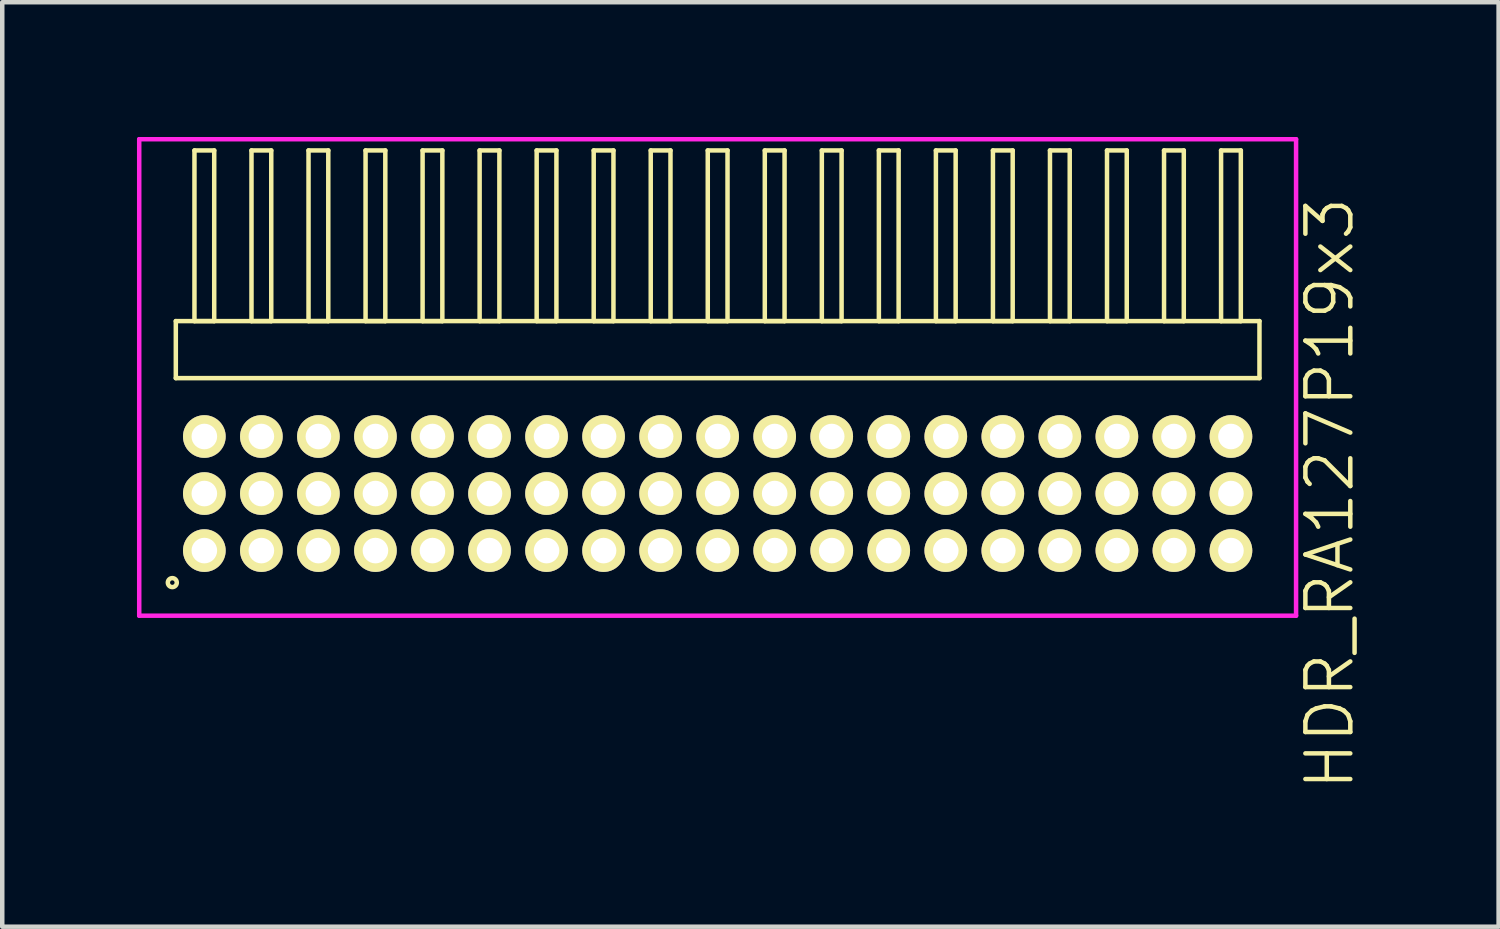
<source format=kicad_pcb>
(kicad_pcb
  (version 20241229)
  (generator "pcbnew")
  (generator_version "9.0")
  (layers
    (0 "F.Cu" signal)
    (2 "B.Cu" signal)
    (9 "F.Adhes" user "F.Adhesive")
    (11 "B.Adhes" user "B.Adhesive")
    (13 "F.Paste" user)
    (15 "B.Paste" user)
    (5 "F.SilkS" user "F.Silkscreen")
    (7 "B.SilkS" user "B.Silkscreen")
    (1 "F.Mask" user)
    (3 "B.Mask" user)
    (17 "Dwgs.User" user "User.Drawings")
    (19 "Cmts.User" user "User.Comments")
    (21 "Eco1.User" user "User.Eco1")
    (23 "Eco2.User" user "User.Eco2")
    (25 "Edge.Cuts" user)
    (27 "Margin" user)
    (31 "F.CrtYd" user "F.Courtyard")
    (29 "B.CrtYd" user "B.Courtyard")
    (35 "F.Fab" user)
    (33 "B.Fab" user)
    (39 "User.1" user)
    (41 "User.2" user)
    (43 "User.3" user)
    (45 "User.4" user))
  (footprint "HDR_RA127P19x3"
    (layer "F.Cu")
    (at 12.93 7.94)
    (property "Reference" "HDR_RA127P19x3" (at 13.63 0 90) (layer "F.SilkS") (effects (font (size 1 1) (thickness 0.1))))
    (attr through_hole)
    (fp_line (start -12.065 -3.84) (end -12.065 -2.57) (stroke (width 0.1) (type solid)) (layer "F.SilkS"))
    (fp_line (start -12.065 -2.57) (end 12.065 -2.57) (stroke (width 0.1) (type solid)) (layer "F.SilkS"))
    (fp_line (start -11.65 -7.64) (end -11.65 -3.84) (stroke (width 0.1) (type solid)) (layer "F.SilkS"))
    (fp_line (start -11.65 -3.84) (end -11.21 -3.84) (stroke (width 0.1) (type solid)) (layer "F.SilkS"))
    (fp_line (start -11.21 -7.64) (end -11.65 -7.64) (stroke (width 0.1) (type solid)) (layer "F.SilkS"))
    (fp_line (start -11.21 -3.84) (end -11.21 -7.64) (stroke (width 0.1) (type solid)) (layer "F.SilkS"))
    (fp_line (start -10.38 -7.64) (end -10.38 -3.84) (stroke (width 0.1) (type solid)) (layer "F.SilkS"))
    (fp_line (start -10.38 -3.84) (end -9.94 -3.84) (stroke (width 0.1) (type solid)) (layer "F.SilkS"))
    (fp_line (start -9.94 -7.64) (end -10.38 -7.64) (stroke (width 0.1) (type solid)) (layer "F.SilkS"))
    (fp_line (start -9.94 -3.84) (end -9.94 -7.64) (stroke (width 0.1) (type solid)) (layer "F.SilkS"))
    (fp_line (start -9.11 -7.64) (end -9.11 -3.84) (stroke (width 0.1) (type solid)) (layer "F.SilkS"))
    (fp_line (start -9.11 -3.84) (end -8.67 -3.84) (stroke (width 0.1) (type solid)) (layer "F.SilkS"))
    (fp_line (start -8.67 -7.64) (end -9.11 -7.64) (stroke (width 0.1) (type solid)) (layer "F.SilkS"))
    (fp_line (start -8.67 -3.84) (end -8.67 -7.64) (stroke (width 0.1) (type solid)) (layer "F.SilkS"))
    (fp_line (start -7.84 -7.64) (end -7.84 -3.84) (stroke (width 0.1) (type solid)) (layer "F.SilkS"))
    (fp_line (start -7.84 -3.84) (end -7.4 -3.84) (stroke (width 0.1) (type solid)) (layer "F.SilkS"))
    (fp_line (start -7.4 -7.64) (end -7.84 -7.64) (stroke (width 0.1) (type solid)) (layer "F.SilkS"))
    (fp_line (start -7.4 -3.84) (end -7.4 -7.64) (stroke (width 0.1) (type solid)) (layer "F.SilkS"))
    (fp_line (start -6.57 -7.64) (end -6.57 -3.84) (stroke (width 0.1) (type solid)) (layer "F.SilkS"))
    (fp_line (start -6.57 -3.84) (end -6.13 -3.84) (stroke (width 0.1) (type solid)) (layer "F.SilkS"))
    (fp_line (start -6.13 -7.64) (end -6.57 -7.64) (stroke (width 0.1) (type solid)) (layer "F.SilkS"))
    (fp_line (start -6.13 -3.84) (end -6.13 -7.64) (stroke (width 0.1) (type solid)) (layer "F.SilkS"))
    (fp_line (start -5.3 -7.64) (end -5.3 -3.84) (stroke (width 0.1) (type solid)) (layer "F.SilkS"))
    (fp_line (start -5.3 -3.84) (end -4.86 -3.84) (stroke (width 0.1) (type solid)) (layer "F.SilkS"))
    (fp_line (start -4.86 -7.64) (end -5.3 -7.64) (stroke (width 0.1) (type solid)) (layer "F.SilkS"))
    (fp_line (start -4.86 -3.84) (end -4.86 -7.64) (stroke (width 0.1) (type solid)) (layer "F.SilkS"))
    (fp_line (start -4.03 -7.64) (end -4.03 -3.84) (stroke (width 0.1) (type solid)) (layer "F.SilkS"))
    (fp_line (start -4.03 -3.84) (end -3.59 -3.84) (stroke (width 0.1) (type solid)) (layer "F.SilkS"))
    (fp_line (start -3.59 -7.64) (end -4.03 -7.64) (stroke (width 0.1) (type solid)) (layer "F.SilkS"))
    (fp_line (start -3.59 -3.84) (end -3.59 -7.64) (stroke (width 0.1) (type solid)) (layer "F.SilkS"))
    (fp_line (start -2.76 -7.64) (end -2.76 -3.84) (stroke (width 0.1) (type solid)) (layer "F.SilkS"))
    (fp_line (start -2.76 -3.84) (end -2.32 -3.84) (stroke (width 0.1) (type solid)) (layer "F.SilkS"))
    (fp_line (start -2.32 -7.64) (end -2.76 -7.64) (stroke (width 0.1) (type solid)) (layer "F.SilkS"))
    (fp_line (start -2.32 -3.84) (end -2.32 -7.64) (stroke (width 0.1) (type solid)) (layer "F.SilkS"))
    (fp_line (start -1.49 -7.64) (end -1.49 -3.84) (stroke (width 0.1) (type solid)) (layer "F.SilkS"))
    (fp_line (start -1.49 -3.84) (end -1.05 -3.84) (stroke (width 0.1) (type solid)) (layer "F.SilkS"))
    (fp_line (start -1.05 -7.64) (end -1.49 -7.64) (stroke (width 0.1) (type solid)) (layer "F.SilkS"))
    (fp_line (start -1.05 -3.84) (end -1.05 -7.64) (stroke (width 0.1) (type solid)) (layer "F.SilkS"))
    (fp_line (start -0.22 -7.64) (end -0.22 -3.84) (stroke (width 0.1) (type solid)) (layer "F.SilkS"))
    (fp_line (start -0.22 -3.84) (end 0.22 -3.84) (stroke (width 0.1) (type solid)) (layer "F.SilkS"))
    (fp_line (start 0.22 -7.64) (end -0.22 -7.64) (stroke (width 0.1) (type solid)) (layer "F.SilkS"))
    (fp_line (start 0.22 -3.84) (end 0.22 -7.64) (stroke (width 0.1) (type solid)) (layer "F.SilkS"))
    (fp_line (start 1.05 -7.64) (end 1.05 -3.84) (stroke (width 0.1) (type solid)) (layer "F.SilkS"))
    (fp_line (start 1.05 -3.84) (end 1.49 -3.84) (stroke (width 0.1) (type solid)) (layer "F.SilkS"))
    (fp_line (start 1.49 -7.64) (end 1.05 -7.64) (stroke (width 0.1) (type solid)) (layer "F.SilkS"))
    (fp_line (start 1.49 -3.84) (end 1.49 -7.64) (stroke (width 0.1) (type solid)) (layer "F.SilkS"))
    (fp_line (start 2.32 -7.64) (end 2.32 -3.84) (stroke (width 0.1) (type solid)) (layer "F.SilkS"))
    (fp_line (start 2.32 -3.84) (end 2.76 -3.84) (stroke (width 0.1) (type solid)) (layer "F.SilkS"))
    (fp_line (start 2.76 -7.64) (end 2.32 -7.64) (stroke (width 0.1) (type solid)) (layer "F.SilkS"))
    (fp_line (start 2.76 -3.84) (end 2.76 -7.64) (stroke (width 0.1) (type solid)) (layer "F.SilkS"))
    (fp_line (start 3.59 -7.64) (end 3.59 -3.84) (stroke (width 0.1) (type solid)) (layer "F.SilkS"))
    (fp_line (start 3.59 -3.84) (end 4.03 -3.84) (stroke (width 0.1) (type solid)) (layer "F.SilkS"))
    (fp_line (start 4.03 -7.64) (end 3.59 -7.64) (stroke (width 0.1) (type solid)) (layer "F.SilkS"))
    (fp_line (start 4.03 -3.84) (end 4.03 -7.64) (stroke (width 0.1) (type solid)) (layer "F.SilkS"))
    (fp_line (start 4.86 -7.64) (end 4.86 -3.84) (stroke (width 0.1) (type solid)) (layer "F.SilkS"))
    (fp_line (start 4.86 -3.84) (end 5.3 -3.84) (stroke (width 0.1) (type solid)) (layer "F.SilkS"))
    (fp_line (start 5.3 -7.64) (end 4.86 -7.64) (stroke (width 0.1) (type solid)) (layer "F.SilkS"))
    (fp_line (start 5.3 -3.84) (end 5.3 -7.64) (stroke (width 0.1) (type solid)) (layer "F.SilkS"))
    (fp_line (start 6.13 -7.64) (end 6.13 -3.84) (stroke (width 0.1) (type solid)) (layer "F.SilkS"))
    (fp_line (start 6.13 -3.84) (end 6.57 -3.84) (stroke (width 0.1) (type solid)) (layer "F.SilkS"))
    (fp_line (start 6.57 -7.64) (end 6.13 -7.64) (stroke (width 0.1) (type solid)) (layer "F.SilkS"))
    (fp_line (start 6.57 -3.84) (end 6.57 -7.64) (stroke (width 0.1) (type solid)) (layer "F.SilkS"))
    (fp_line (start 7.4 -7.64) (end 7.4 -3.84) (stroke (width 0.1) (type solid)) (layer "F.SilkS"))
    (fp_line (start 7.4 -3.84) (end 7.84 -3.84) (stroke (width 0.1) (type solid)) (layer "F.SilkS"))
    (fp_line (start 7.84 -7.64) (end 7.4 -7.64) (stroke (width 0.1) (type solid)) (layer "F.SilkS"))
    (fp_line (start 7.84 -3.84) (end 7.84 -7.64) (stroke (width 0.1) (type solid)) (layer "F.SilkS"))
    (fp_line (start 8.67 -7.64) (end 8.67 -3.84) (stroke (width 0.1) (type solid)) (layer "F.SilkS"))
    (fp_line (start 8.67 -3.84) (end 9.11 -3.84) (stroke (width 0.1) (type solid)) (layer "F.SilkS"))
    (fp_line (start 9.11 -7.64) (end 8.67 -7.64) (stroke (width 0.1) (type solid)) (layer "F.SilkS"))
    (fp_line (start 9.11 -3.84) (end 9.11 -7.64) (stroke (width 0.1) (type solid)) (layer "F.SilkS"))
    (fp_line (start 9.94 -7.64) (end 9.94 -3.84) (stroke (width 0.1) (type solid)) (layer "F.SilkS"))
    (fp_line (start 9.94 -3.84) (end 10.38 -3.84) (stroke (width 0.1) (type solid)) (layer "F.SilkS"))
    (fp_line (start 10.38 -7.64) (end 9.94 -7.64) (stroke (width 0.1) (type solid)) (layer "F.SilkS"))
    (fp_line (start 10.38 -3.84) (end 10.38 -7.64) (stroke (width 0.1) (type solid)) (layer "F.SilkS"))
    (fp_line (start 11.21 -7.64) (end 11.21 -3.84) (stroke (width 0.1) (type solid)) (layer "F.SilkS"))
    (fp_line (start 11.21 -3.84) (end 11.65 -3.84) (stroke (width 0.1) (type solid)) (layer "F.SilkS"))
    (fp_line (start 11.65 -7.64) (end 11.21 -7.64) (stroke (width 0.1) (type solid)) (layer "F.SilkS"))
    (fp_line (start 11.65 -3.84) (end 11.65 -7.64) (stroke (width 0.1) (type solid)) (layer "F.SilkS"))
    (fp_line (start 12.065 -3.84) (end -12.065 -3.84) (stroke (width 0.1) (type solid)) (layer "F.SilkS"))
    (fp_line (start 12.065 -2.57) (end 12.065 -3.84) (stroke (width 0.1) (type solid)) (layer "F.SilkS"))
    (fp_circle (center -12.143 1.983) (end -12.043 1.983) (stroke (width 0.1) (type solid)) (fill no) (layer "F.SilkS"))
    (fp_line (start -12.88 -7.89) (end -12.88 2.72) (stroke (width 0.1) (type solid)) (layer "F.CrtYd"))
    (fp_line (start -12.88 2.72) (end 12.88 2.72) (stroke (width 0.1) (type solid)) (layer "F.CrtYd"))
    (fp_line (start 12.88 -7.89) (end -12.88 -7.89) (stroke (width 0.1) (type solid)) (layer "F.CrtYd"))
    (fp_line (start 12.88 2.72) (end 12.88 -7.89) (stroke (width 0.1) (type solid)) (layer "F.CrtYd"))
    (pad "1" thru_hole oval (at -11.43 1.27) (size 0.95 0.95) (drill 0.57) (layers "*.Cu" "*.Mask" "F.SilkS"))
    (pad "2" thru_hole oval (at -11.43 0) (size 0.95 0.95) (drill 0.57) (layers "*.Cu" "*.Mask" "F.SilkS"))
    (pad "3" thru_hole oval (at -11.43 -1.27) (size 0.95 0.95) (drill 0.57) (layers "*.Cu" "*.Mask" "F.SilkS"))
    (pad "4" thru_hole oval (at -10.16 1.27) (size 0.95 0.95) (drill 0.57) (layers "*.Cu" "*.Mask" "F.SilkS"))
    (pad "5" thru_hole oval (at -10.16 0) (size 0.95 0.95) (drill 0.57) (layers "*.Cu" "*.Mask" "F.SilkS"))
    (pad "6" thru_hole oval (at -10.16 -1.27) (size 0.95 0.95) (drill 0.57) (layers "*.Cu" "*.Mask" "F.SilkS"))
    (pad "7" thru_hole oval (at -8.89 1.27) (size 0.95 0.95) (drill 0.57) (layers "*.Cu" "*.Mask" "F.SilkS"))
    (pad "8" thru_hole oval (at -8.89 0) (size 0.95 0.95) (drill 0.57) (layers "*.Cu" "*.Mask" "F.SilkS"))
    (pad "9" thru_hole oval (at -8.89 -1.27) (size 0.95 0.95) (drill 0.57) (layers "*.Cu" "*.Mask" "F.SilkS"))
    (pad "10" thru_hole oval (at -7.62 1.27) (size 0.95 0.95) (drill 0.57) (layers "*.Cu" "*.Mask" "F.SilkS"))
    (pad "11" thru_hole oval (at -7.62 0) (size 0.95 0.95) (drill 0.57) (layers "*.Cu" "*.Mask" "F.SilkS"))
    (pad "12" thru_hole oval (at -7.62 -1.27) (size 0.95 0.95) (drill 0.57) (layers "*.Cu" "*.Mask" "F.SilkS"))
    (pad "13" thru_hole oval (at -6.35 1.27) (size 0.95 0.95) (drill 0.57) (layers "*.Cu" "*.Mask" "F.SilkS"))
    (pad "14" thru_hole oval (at -6.35 0) (size 0.95 0.95) (drill 0.57) (layers "*.Cu" "*.Mask" "F.SilkS"))
    (pad "15" thru_hole oval (at -6.35 -1.27) (size 0.95 0.95) (drill 0.57) (layers "*.Cu" "*.Mask" "F.SilkS"))
    (pad "16" thru_hole oval (at -5.08 1.27) (size 0.95 0.95) (drill 0.57) (layers "*.Cu" "*.Mask" "F.SilkS"))
    (pad "17" thru_hole oval (at -5.08 0) (size 0.95 0.95) (drill 0.57) (layers "*.Cu" "*.Mask" "F.SilkS"))
    (pad "18" thru_hole oval (at -5.08 -1.27) (size 0.95 0.95) (drill 0.57) (layers "*.Cu" "*.Mask" "F.SilkS"))
    (pad "19" thru_hole oval (at -3.81 1.27) (size 0.95 0.95) (drill 0.57) (layers "*.Cu" "*.Mask" "F.SilkS"))
    (pad "20" thru_hole oval (at -3.81 0) (size 0.95 0.95) (drill 0.57) (layers "*.Cu" "*.Mask" "F.SilkS"))
    (pad "21" thru_hole oval (at -3.81 -1.27) (size 0.95 0.95) (drill 0.57) (layers "*.Cu" "*.Mask" "F.SilkS"))
    (pad "22" thru_hole oval (at -2.54 1.27) (size 0.95 0.95) (drill 0.57) (layers "*.Cu" "*.Mask" "F.SilkS"))
    (pad "23" thru_hole oval (at -2.54 0) (size 0.95 0.95) (drill 0.57) (layers "*.Cu" "*.Mask" "F.SilkS"))
    (pad "24" thru_hole oval (at -2.54 -1.27) (size 0.95 0.95) (drill 0.57) (layers "*.Cu" "*.Mask" "F.SilkS"))
    (pad "25" thru_hole oval (at -1.27 1.27) (size 0.95 0.95) (drill 0.57) (layers "*.Cu" "*.Mask" "F.SilkS"))
    (pad "26" thru_hole oval (at -1.27 0) (size 0.95 0.95) (drill 0.57) (layers "*.Cu" "*.Mask" "F.SilkS"))
    (pad "27" thru_hole oval (at -1.27 -1.27) (size 0.95 0.95) (drill 0.57) (layers "*.Cu" "*.Mask" "F.SilkS"))
    (pad "28" thru_hole oval (at 0 1.27) (size 0.95 0.95) (drill 0.57) (layers "*.Cu" "*.Mask" "F.SilkS"))
    (pad "29" thru_hole oval (at 0 0) (size 0.95 0.95) (drill 0.57) (layers "*.Cu" "*.Mask" "F.SilkS"))
    (pad "30" thru_hole oval (at 0 -1.27) (size 0.95 0.95) (drill 0.57) (layers "*.Cu" "*.Mask" "F.SilkS"))
    (pad "31" thru_hole oval (at 1.27 1.27) (size 0.95 0.95) (drill 0.57) (layers "*.Cu" "*.Mask" "F.SilkS"))
    (pad "32" thru_hole oval (at 1.27 0) (size 0.95 0.95) (drill 0.57) (layers "*.Cu" "*.Mask" "F.SilkS"))
    (pad "33" thru_hole oval (at 1.27 -1.27) (size 0.95 0.95) (drill 0.57) (layers "*.Cu" "*.Mask" "F.SilkS"))
    (pad "34" thru_hole oval (at 2.54 1.27) (size 0.95 0.95) (drill 0.57) (layers "*.Cu" "*.Mask" "F.SilkS"))
    (pad "35" thru_hole oval (at 2.54 0) (size 0.95 0.95) (drill 0.57) (layers "*.Cu" "*.Mask" "F.SilkS"))
    (pad "36" thru_hole oval (at 2.54 -1.27) (size 0.95 0.95) (drill 0.57) (layers "*.Cu" "*.Mask" "F.SilkS"))
    (pad "37" thru_hole oval (at 3.81 1.27) (size 0.95 0.95) (drill 0.57) (layers "*.Cu" "*.Mask" "F.SilkS"))
    (pad "38" thru_hole oval (at 3.81 0) (size 0.95 0.95) (drill 0.57) (layers "*.Cu" "*.Mask" "F.SilkS"))
    (pad "39" thru_hole oval (at 3.81 -1.27) (size 0.95 0.95) (drill 0.57) (layers "*.Cu" "*.Mask" "F.SilkS"))
    (pad "40" thru_hole oval (at 5.08 1.27) (size 0.95 0.95) (drill 0.57) (layers "*.Cu" "*.Mask" "F.SilkS"))
    (pad "41" thru_hole oval (at 5.08 0) (size 0.95 0.95) (drill 0.57) (layers "*.Cu" "*.Mask" "F.SilkS"))
    (pad "42" thru_hole oval (at 5.08 -1.27) (size 0.95 0.95) (drill 0.57) (layers "*.Cu" "*.Mask" "F.SilkS"))
    (pad "43" thru_hole oval (at 6.35 1.27) (size 0.95 0.95) (drill 0.57) (layers "*.Cu" "*.Mask" "F.SilkS"))
    (pad "44" thru_hole oval (at 6.35 0) (size 0.95 0.95) (drill 0.57) (layers "*.Cu" "*.Mask" "F.SilkS"))
    (pad "45" thru_hole oval (at 6.35 -1.27) (size 0.95 0.95) (drill 0.57) (layers "*.Cu" "*.Mask" "F.SilkS"))
    (pad "46" thru_hole oval (at 7.62 1.27) (size 0.95 0.95) (drill 0.57) (layers "*.Cu" "*.Mask" "F.SilkS"))
    (pad "47" thru_hole oval (at 7.62 0) (size 0.95 0.95) (drill 0.57) (layers "*.Cu" "*.Mask" "F.SilkS"))
    (pad "48" thru_hole oval (at 7.62 -1.27) (size 0.95 0.95) (drill 0.57) (layers "*.Cu" "*.Mask" "F.SilkS"))
    (pad "49" thru_hole oval (at 8.89 1.27) (size 0.95 0.95) (drill 0.57) (layers "*.Cu" "*.Mask" "F.SilkS"))
    (pad "50" thru_hole oval (at 8.89 0) (size 0.95 0.95) (drill 0.57) (layers "*.Cu" "*.Mask" "F.SilkS"))
    (pad "51" thru_hole oval (at 8.89 -1.27) (size 0.95 0.95) (drill 0.57) (layers "*.Cu" "*.Mask" "F.SilkS"))
    (pad "52" thru_hole oval (at 10.16 1.27) (size 0.95 0.95) (drill 0.57) (layers "*.Cu" "*.Mask" "F.SilkS"))
    (pad "53" thru_hole oval (at 10.16 0) (size 0.95 0.95) (drill 0.57) (layers "*.Cu" "*.Mask" "F.SilkS"))
    (pad "54" thru_hole oval (at 10.16 -1.27) (size 0.95 0.95) (drill 0.57) (layers "*.Cu" "*.Mask" "F.SilkS"))
    (pad "55" thru_hole oval (at 11.43 1.27) (size 0.95 0.95) (drill 0.57) (layers "*.Cu" "*.Mask" "F.SilkS"))
    (pad "56" thru_hole oval (at 11.43 0) (size 0.95 0.95) (drill 0.57) (layers "*.Cu" "*.Mask" "F.SilkS"))
    (pad "57" thru_hole oval (at 11.43 -1.27) (size 0.95 0.95) (drill 0.57) (layers "*.Cu" "*.Mask" "F.SilkS")))
  (gr_rect
    (start -3 -3)
    (end 30.32 17.585)
    (stroke (width 0.1) (type default))
    (fill no)
    (layer "Edge.Cuts")))
</source>
